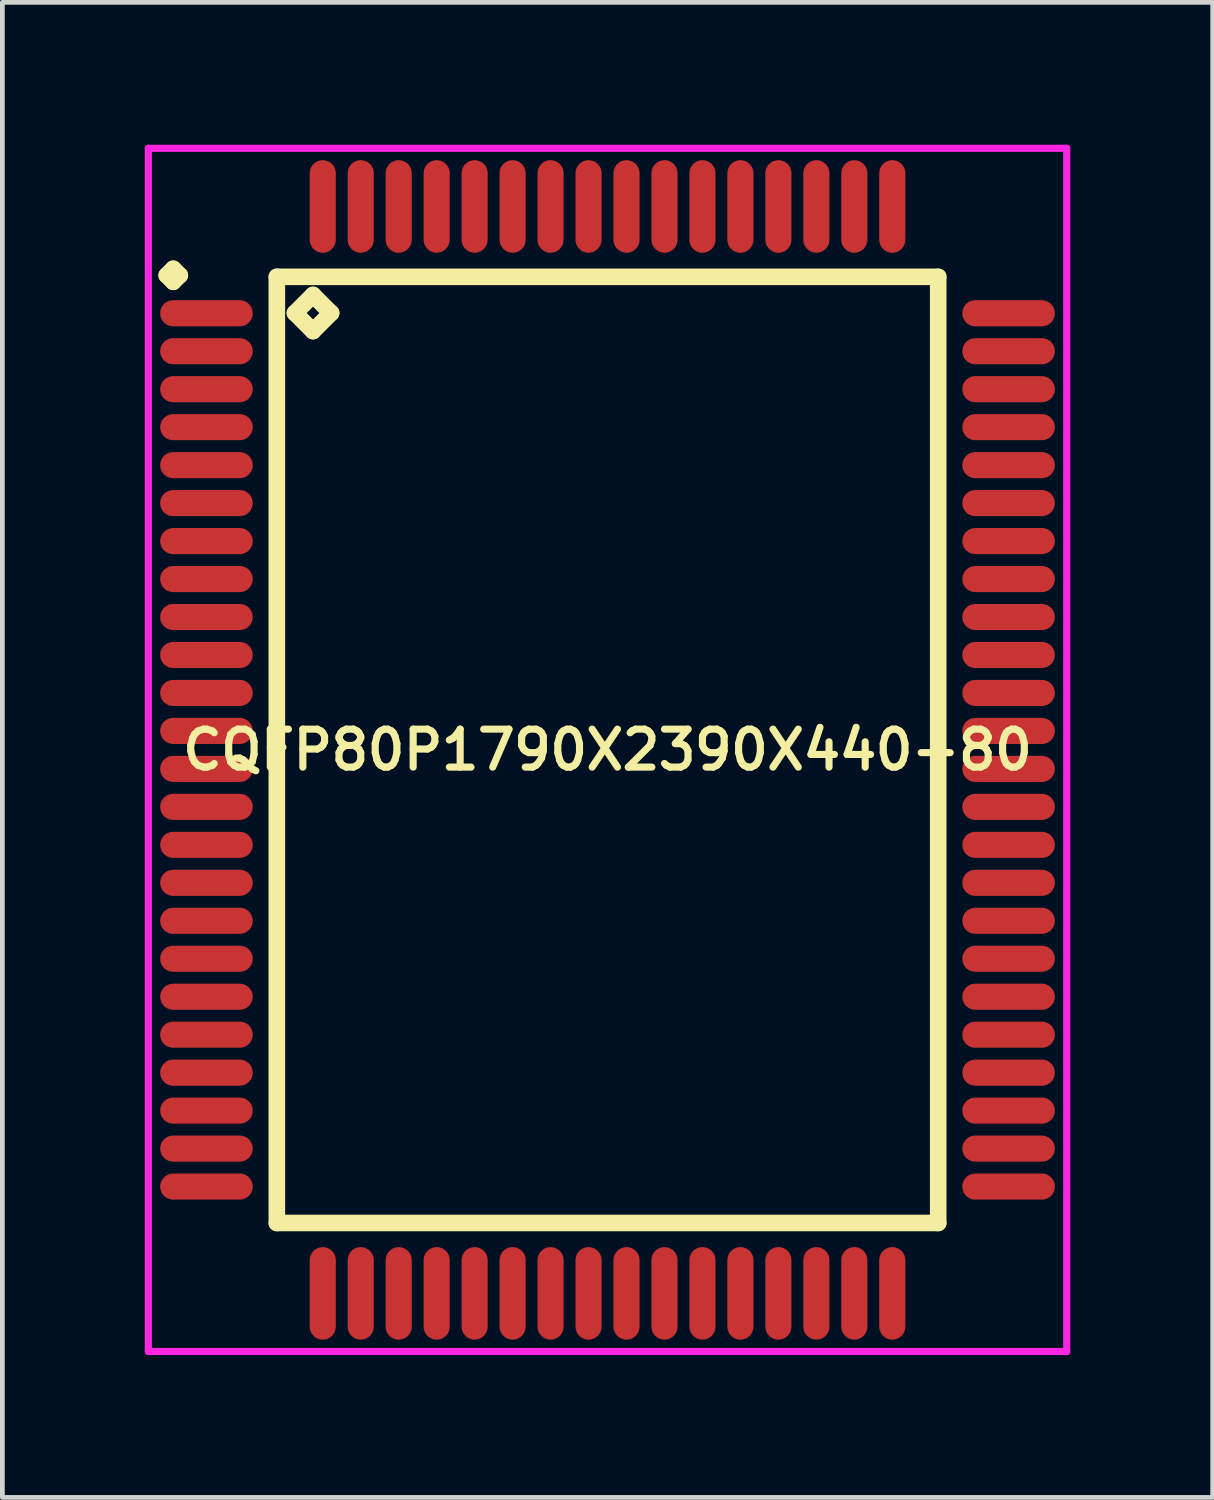
<source format=kicad_pcb>
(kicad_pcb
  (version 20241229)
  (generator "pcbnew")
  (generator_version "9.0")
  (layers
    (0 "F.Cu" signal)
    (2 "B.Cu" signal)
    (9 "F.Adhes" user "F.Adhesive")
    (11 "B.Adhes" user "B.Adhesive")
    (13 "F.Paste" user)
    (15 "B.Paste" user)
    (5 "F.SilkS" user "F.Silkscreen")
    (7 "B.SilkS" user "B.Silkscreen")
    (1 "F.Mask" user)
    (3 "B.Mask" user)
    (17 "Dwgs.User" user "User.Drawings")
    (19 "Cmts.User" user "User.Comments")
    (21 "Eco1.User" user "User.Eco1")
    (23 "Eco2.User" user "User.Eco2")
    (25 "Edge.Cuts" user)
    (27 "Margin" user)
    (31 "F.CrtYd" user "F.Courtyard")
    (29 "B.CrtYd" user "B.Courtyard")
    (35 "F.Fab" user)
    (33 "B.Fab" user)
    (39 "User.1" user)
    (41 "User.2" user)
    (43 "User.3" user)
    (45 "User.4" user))
  (footprint "CQFP80P1790X2390X440-80"
    (layer "F.Cu")
    (at 9.75 12.75)
    (property "Reference" "CQFP80P1790X2390X440-80" (at 0 0 0) (layer "F.SilkS") (effects (font (size 0.8 0.8) (thickness 0.15))))
    (attr smd)
    (fp_line (start -9.287 -10) (end -9.15 -10.137) (stroke (width 0.35) (type solid)) (layer "F.SilkS"))
    (fp_line (start -9.15 -10.137) (end -9.012 -10) (stroke (width 0.35) (type solid)) (layer "F.SilkS"))
    (fp_line (start -9.15 -9.863) (end -9.287 -10) (stroke (width 0.35) (type solid)) (layer "F.SilkS"))
    (fp_line (start -9.012 -10) (end -9.15 -9.863) (stroke (width 0.35) (type solid)) (layer "F.SilkS"))
    (fp_line (start -6.967 -9.967) (end -6.967 9.967) (stroke (width 0.35) (type solid)) (layer "F.SilkS"))
    (fp_line (start -6.967 9.967) (end 6.967 9.967) (stroke (width 0.35) (type solid)) (layer "F.SilkS"))
    (fp_line (start -6.586 -9.205) (end -6.205 -9.586) (stroke (width 0.35) (type solid)) (layer "F.SilkS"))
    (fp_line (start -6.205 -9.586) (end -5.824 -9.205) (stroke (width 0.35) (type solid)) (layer "F.SilkS"))
    (fp_line (start -6.205 -8.824) (end -6.586 -9.205) (stroke (width 0.35) (type solid)) (layer "F.SilkS"))
    (fp_line (start -5.824 -9.205) (end -6.205 -8.824) (stroke (width 0.35) (type solid)) (layer "F.SilkS"))
    (fp_line (start 6.967 -9.967) (end -6.967 -9.967) (stroke (width 0.35) (type solid)) (layer "F.SilkS"))
    (fp_line (start 6.967 9.967) (end 6.967 -9.967) (stroke (width 0.35) (type solid)) (layer "F.SilkS"))
    (fp_line (start -9.675 -12.675) (end 9.675 -12.675) (stroke (width 0.15) (type solid)) (layer "F.CrtYd"))
    (fp_line (start -9.675 12.675) (end -9.675 -12.675) (stroke (width 0.15) (type solid)) (layer "F.CrtYd"))
    (fp_line (start 9.675 -12.675) (end 9.675 12.675) (stroke (width 0.15) (type solid)) (layer "F.CrtYd"))
    (fp_line (start 9.675 12.675) (end -9.675 12.675) (stroke (width 0.15) (type solid)) (layer "F.CrtYd"))
    (pad "1" smd oval (at -8.45 -9.2) (size 1.95 0.55) (layers "F.Cu" "F.Mask" "F.Paste"))
    (pad "2" smd oval (at -8.45 -8.4) (size 1.95 0.55) (layers "F.Cu" "F.Mask" "F.Paste"))
    (pad "3" smd oval (at -8.45 -7.6) (size 1.95 0.55) (layers "F.Cu" "F.Mask" "F.Paste"))
    (pad "4" smd oval (at -8.45 -6.8) (size 1.95 0.55) (layers "F.Cu" "F.Mask" "F.Paste"))
    (pad "5" smd oval (at -8.45 -6) (size 1.95 0.55) (layers "F.Cu" "F.Mask" "F.Paste"))
    (pad "6" smd oval (at -8.45 -5.2) (size 1.95 0.55) (layers "F.Cu" "F.Mask" "F.Paste"))
    (pad "7" smd oval (at -8.45 -4.4) (size 1.95 0.55) (layers "F.Cu" "F.Mask" "F.Paste"))
    (pad "8" smd oval (at -8.45 -3.6) (size 1.95 0.55) (layers "F.Cu" "F.Mask" "F.Paste"))
    (pad "9" smd oval (at -8.45 -2.8) (size 1.95 0.55) (layers "F.Cu" "F.Mask" "F.Paste"))
    (pad "10" smd oval (at -8.45 -2) (size 1.95 0.55) (layers "F.Cu" "F.Mask" "F.Paste"))
    (pad "11" smd oval (at -8.45 -1.2) (size 1.95 0.55) (layers "F.Cu" "F.Mask" "F.Paste"))
    (pad "12" smd oval (at -8.45 -0.4) (size 1.95 0.55) (layers "F.Cu" "F.Mask" "F.Paste"))
    (pad "13" smd oval (at -8.45 0.4) (size 1.95 0.55) (layers "F.Cu" "F.Mask" "F.Paste"))
    (pad "14" smd oval (at -8.45 1.2) (size 1.95 0.55) (layers "F.Cu" "F.Mask" "F.Paste"))
    (pad "15" smd oval (at -8.45 2) (size 1.95 0.55) (layers "F.Cu" "F.Mask" "F.Paste"))
    (pad "16" smd oval (at -8.45 2.8) (size 1.95 0.55) (layers "F.Cu" "F.Mask" "F.Paste"))
    (pad "17" smd oval (at -8.45 3.6) (size 1.95 0.55) (layers "F.Cu" "F.Mask" "F.Paste"))
    (pad "18" smd oval (at -8.45 4.4) (size 1.95 0.55) (layers "F.Cu" "F.Mask" "F.Paste"))
    (pad "19" smd oval (at -8.45 5.2) (size 1.95 0.55) (layers "F.Cu" "F.Mask" "F.Paste"))
    (pad "20" smd oval (at -8.45 6) (size 1.95 0.55) (layers "F.Cu" "F.Mask" "F.Paste"))
    (pad "21" smd oval (at -8.45 6.8) (size 1.95 0.55) (layers "F.Cu" "F.Mask" "F.Paste"))
    (pad "22" smd oval (at -8.45 7.6) (size 1.95 0.55) (layers "F.Cu" "F.Mask" "F.Paste"))
    (pad "23" smd oval (at -8.45 8.4) (size 1.95 0.55) (layers "F.Cu" "F.Mask" "F.Paste"))
    (pad "24" smd oval (at -8.45 9.2) (size 1.95 0.55) (layers "F.Cu" "F.Mask" "F.Paste"))
    (pad "25" smd oval (at -6 11.45) (size 0.55 1.95) (layers "F.Cu" "F.Mask" "F.Paste"))
    (pad "26" smd oval (at -5.2 11.45) (size 0.55 1.95) (layers "F.Cu" "F.Mask" "F.Paste"))
    (pad "27" smd oval (at -4.4 11.45) (size 0.55 1.95) (layers "F.Cu" "F.Mask" "F.Paste"))
    (pad "28" smd oval (at -3.6 11.45) (size 0.55 1.95) (layers "F.Cu" "F.Mask" "F.Paste"))
    (pad "29" smd oval (at -2.8 11.45) (size 0.55 1.95) (layers "F.Cu" "F.Mask" "F.Paste"))
    (pad "30" smd oval (at -2 11.45) (size 0.55 1.95) (layers "F.Cu" "F.Mask" "F.Paste"))
    (pad "31" smd oval (at -1.2 11.45) (size 0.55 1.95) (layers "F.Cu" "F.Mask" "F.Paste"))
    (pad "32" smd oval (at -0.4 11.45) (size 0.55 1.95) (layers "F.Cu" "F.Mask" "F.Paste"))
    (pad "33" smd oval (at 0.4 11.45) (size 0.55 1.95) (layers "F.Cu" "F.Mask" "F.Paste"))
    (pad "34" smd oval (at 1.2 11.45) (size 0.55 1.95) (layers "F.Cu" "F.Mask" "F.Paste"))
    (pad "35" smd oval (at 2 11.45) (size 0.55 1.95) (layers "F.Cu" "F.Mask" "F.Paste"))
    (pad "36" smd oval (at 2.8 11.45) (size 0.55 1.95) (layers "F.Cu" "F.Mask" "F.Paste"))
    (pad "37" smd oval (at 3.6 11.45) (size 0.55 1.95) (layers "F.Cu" "F.Mask" "F.Paste"))
    (pad "38" smd oval (at 4.4 11.45) (size 0.55 1.95) (layers "F.Cu" "F.Mask" "F.Paste"))
    (pad "39" smd oval (at 5.2 11.45) (size 0.55 1.95) (layers "F.Cu" "F.Mask" "F.Paste"))
    (pad "40" smd oval (at 6 11.45) (size 0.55 1.95) (layers "F.Cu" "F.Mask" "F.Paste"))
    (pad "41" smd oval (at 8.45 9.2) (size 1.95 0.55) (layers "F.Cu" "F.Mask" "F.Paste"))
    (pad "42" smd oval (at 8.45 8.4) (size 1.95 0.55) (layers "F.Cu" "F.Mask" "F.Paste"))
    (pad "43" smd oval (at 8.45 7.6) (size 1.95 0.55) (layers "F.Cu" "F.Mask" "F.Paste"))
    (pad "44" smd oval (at 8.45 6.8) (size 1.95 0.55) (layers "F.Cu" "F.Mask" "F.Paste"))
    (pad "45" smd oval (at 8.45 6) (size 1.95 0.55) (layers "F.Cu" "F.Mask" "F.Paste"))
    (pad "46" smd oval (at 8.45 5.2) (size 1.95 0.55) (layers "F.Cu" "F.Mask" "F.Paste"))
    (pad "47" smd oval (at 8.45 4.4) (size 1.95 0.55) (layers "F.Cu" "F.Mask" "F.Paste"))
    (pad "48" smd oval (at 8.45 3.6) (size 1.95 0.55) (layers "F.Cu" "F.Mask" "F.Paste"))
    (pad "49" smd oval (at 8.45 2.8) (size 1.95 0.55) (layers "F.Cu" "F.Mask" "F.Paste"))
    (pad "50" smd oval (at 8.45 2) (size 1.95 0.55) (layers "F.Cu" "F.Mask" "F.Paste"))
    (pad "51" smd oval (at 8.45 1.2) (size 1.95 0.55) (layers "F.Cu" "F.Mask" "F.Paste"))
    (pad "52" smd oval (at 8.45 0.4) (size 1.95 0.55) (layers "F.Cu" "F.Mask" "F.Paste"))
    (pad "53" smd oval (at 8.45 -0.4) (size 1.95 0.55) (layers "F.Cu" "F.Mask" "F.Paste"))
    (pad "54" smd oval (at 8.45 -1.2) (size 1.95 0.55) (layers "F.Cu" "F.Mask" "F.Paste"))
    (pad "55" smd oval (at 8.45 -2) (size 1.95 0.55) (layers "F.Cu" "F.Mask" "F.Paste"))
    (pad "56" smd oval (at 8.45 -2.8) (size 1.95 0.55) (layers "F.Cu" "F.Mask" "F.Paste"))
    (pad "57" smd oval (at 8.45 -3.6) (size 1.95 0.55) (layers "F.Cu" "F.Mask" "F.Paste"))
    (pad "58" smd oval (at 8.45 -4.4) (size 1.95 0.55) (layers "F.Cu" "F.Mask" "F.Paste"))
    (pad "59" smd oval (at 8.45 -5.2) (size 1.95 0.55) (layers "F.Cu" "F.Mask" "F.Paste"))
    (pad "60" smd oval (at 8.45 -6) (size 1.95 0.55) (layers "F.Cu" "F.Mask" "F.Paste"))
    (pad "61" smd oval (at 8.45 -6.8) (size 1.95 0.55) (layers "F.Cu" "F.Mask" "F.Paste"))
    (pad "62" smd oval (at 8.45 -7.6) (size 1.95 0.55) (layers "F.Cu" "F.Mask" "F.Paste"))
    (pad "63" smd oval (at 8.45 -8.4) (size 1.95 0.55) (layers "F.Cu" "F.Mask" "F.Paste"))
    (pad "64" smd oval (at 8.45 -9.2) (size 1.95 0.55) (layers "F.Cu" "F.Mask" "F.Paste"))
    (pad "65" smd oval (at 6 -11.45) (size 0.55 1.95) (layers "F.Cu" "F.Mask" "F.Paste"))
    (pad "66" smd oval (at 5.2 -11.45) (size 0.55 1.95) (layers "F.Cu" "F.Mask" "F.Paste"))
    (pad "67" smd oval (at 4.4 -11.45) (size 0.55 1.95) (layers "F.Cu" "F.Mask" "F.Paste"))
    (pad "68" smd oval (at 3.6 -11.45) (size 0.55 1.95) (layers "F.Cu" "F.Mask" "F.Paste"))
    (pad "69" smd oval (at 2.8 -11.45) (size 0.55 1.95) (layers "F.Cu" "F.Mask" "F.Paste"))
    (pad "70" smd oval (at 2 -11.45) (size 0.55 1.95) (layers "F.Cu" "F.Mask" "F.Paste"))
    (pad "71" smd oval (at 1.2 -11.45) (size 0.55 1.95) (layers "F.Cu" "F.Mask" "F.Paste"))
    (pad "72" smd oval (at 0.4 -11.45) (size 0.55 1.95) (layers "F.Cu" "F.Mask" "F.Paste"))
    (pad "73" smd oval (at -0.4 -11.45) (size 0.55 1.95) (layers "F.Cu" "F.Mask" "F.Paste"))
    (pad "74" smd oval (at -1.2 -11.45) (size 0.55 1.95) (layers "F.Cu" "F.Mask" "F.Paste"))
    (pad "75" smd oval (at -2 -11.45) (size 0.55 1.95) (layers "F.Cu" "F.Mask" "F.Paste"))
    (pad "76" smd oval (at -2.8 -11.45) (size 0.55 1.95) (layers "F.Cu" "F.Mask" "F.Paste"))
    (pad "77" smd oval (at -3.6 -11.45) (size 0.55 1.95) (layers "F.Cu" "F.Mask" "F.Paste"))
    (pad "78" smd oval (at -4.4 -11.45) (size 0.55 1.95) (layers "F.Cu" "F.Mask" "F.Paste"))
    (pad "79" smd oval (at -5.2 -11.45) (size 0.55 1.95) (layers "F.Cu" "F.Mask" "F.Paste"))
    (pad "80" smd oval (at -6 -11.45) (size 0.55 1.95) (layers "F.Cu" "F.Mask" "F.Paste")))
  (gr_rect
    (start -3 -3)
    (end 22.5 28.5)
    (stroke (width 0.1) (type default))
    (fill no)
    (layer "Edge.Cuts")))
</source>
